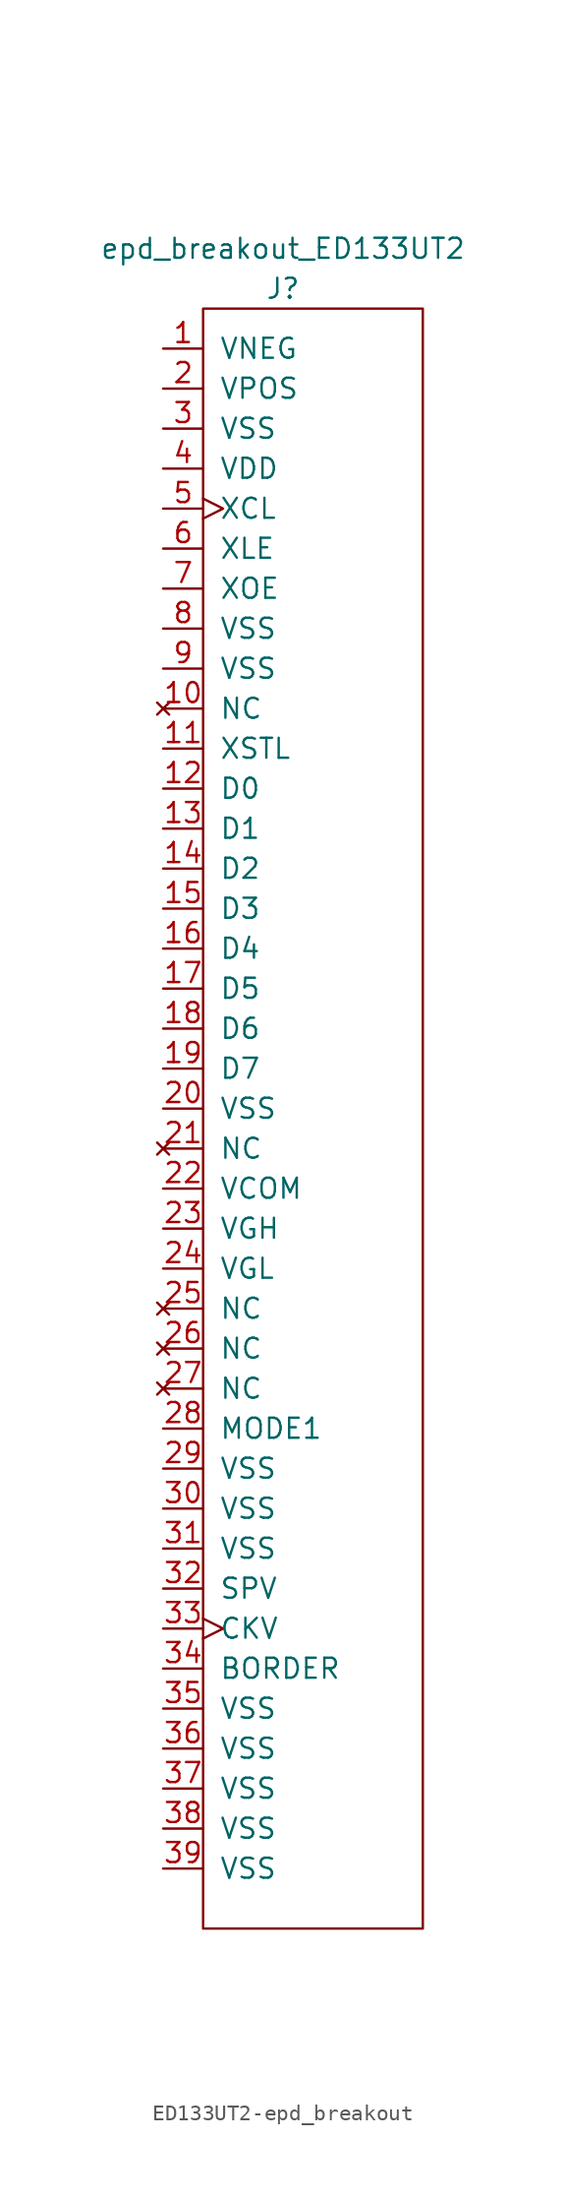
<source format=kicad_sym>
(kicad_symbol_lib
  (version 20220914)
  (generator kicad_symbol_editor)
  (symbol "ED133UT2-epd_breakout"
    (pin_names
      (offset 1.016))
    (property "Reference" "J"
      (at 0 0 0)
      (effects (font (size 1.27 1.27))))
    (property "Value" "epd_breakout_ED133UT2"
      (at 0 2.54 0)
      (effects (font (size 1.27 1.27))))
    (symbol "ED133UT2-epd_breakout_0_1"
      (rectangle (start -5.08 -1.27) (end 8.89 -104.14) (stroke (width 0) (type solid)) (fill (type none))))
    (symbol "ED133UT2-epd_breakout_1_1"
      (pin power_in line (at -7.62 -3.81 0) (length 2.54) (name "VNEG" (effects (font (size 1.27 1.27)))) (number "1" (effects (font (size 1.27 1.27)))))
      (pin no_connect line (at -7.62 -26.67 0) (length 2.54) (name "NC" (effects (font (size 1.27 1.27)))) (number "10" (effects (font (size 1.27 1.27)))))
      (pin input line (at -7.62 -29.21 0) (length 2.54) (name "XSTL" (effects (font (size 1.27 1.27)))) (number "11" (effects (font (size 1.27 1.27)))))
      (pin input line (at -7.62 -31.75 0) (length 2.54) (name "D0" (effects (font (size 1.27 1.27)))) (number "12" (effects (font (size 1.27 1.27)))))
      (pin input line (at -7.62 -34.29 0) (length 2.54) (name "D1" (effects (font (size 1.27 1.27)))) (number "13" (effects (font (size 1.27 1.27)))))
      (pin input line (at -7.62 -36.83 0) (length 2.54) (name "D2" (effects (font (size 1.27 1.27)))) (number "14" (effects (font (size 1.27 1.27)))))
      (pin input line (at -7.62 -39.37 0) (length 2.54) (name "D3" (effects (font (size 1.27 1.27)))) (number "15" (effects (font (size 1.27 1.27)))))
      (pin input line (at -7.62 -41.91 0) (length 2.54) (name "D4" (effects (font (size 1.27 1.27)))) (number "16" (effects (font (size 1.27 1.27)))))
      (pin input line (at -7.62 -44.45 0) (length 2.54) (name "D5" (effects (font (size 1.27 1.27)))) (number "17" (effects (font (size 1.27 1.27)))))
      (pin input line (at -7.62 -46.99 0) (length 2.54) (name "D6" (effects (font (size 1.27 1.27)))) (number "18" (effects (font (size 1.27 1.27)))))
      (pin input line (at -7.62 -49.53 0) (length 2.54) (name "D7" (effects (font (size 1.27 1.27)))) (number "19" (effects (font (size 1.27 1.27)))))
      (pin power_in line (at -7.62 -6.35 0) (length 2.54) (name "VPOS" (effects (font (size 1.27 1.27)))) (number "2" (effects (font (size 1.27 1.27)))))
      (pin input line (at -7.62 -52.07 0) (length 2.54) (name "VSS" (effects (font (size 1.27 1.27)))) (number "20" (effects (font (size 1.27 1.27)))))
      (pin no_connect line (at -7.62 -54.61 0) (length 2.54) (name "NC" (effects (font (size 1.27 1.27)))) (number "21" (effects (font (size 1.27 1.27)))))
      (pin power_in line (at -7.62 -57.15 0) (length 2.54) (name "VCOM" (effects (font (size 1.27 1.27)))) (number "22" (effects (font (size 1.27 1.27)))))
      (pin power_in line (at -7.62 -59.69 0) (length 2.54) (name "VGH" (effects (font (size 1.27 1.27)))) (number "23" (effects (font (size 1.27 1.27)))))
      (pin power_in line (at -7.62 -62.23 0) (length 2.54) (name "VGL" (effects (font (size 1.27 1.27)))) (number "24" (effects (font (size 1.27 1.27)))))
      (pin no_connect line (at -7.62 -64.77 0) (length 2.54) (name "NC" (effects (font (size 1.27 1.27)))) (number "25" (effects (font (size 1.27 1.27)))))
      (pin no_connect line (at -7.62 -67.31 0) (length 2.54) (name "NC" (effects (font (size 1.27 1.27)))) (number "26" (effects (font (size 1.27 1.27)))))
      (pin no_connect line (at -7.62 -69.85 0) (length 2.54) (name "NC" (effects (font (size 1.27 1.27)))) (number "27" (effects (font (size 1.27 1.27)))))
      (pin input line (at -7.62 -72.39 0) (length 2.54) (name "MODE1" (effects (font (size 1.27 1.27)))) (number "28" (effects (font (size 1.27 1.27)))))
      (pin power_in line (at -7.62 -74.93 0) (length 2.54) (name "VSS" (effects (font (size 1.27 1.27)))) (number "29" (effects (font (size 1.27 1.27)))))
      (pin power_in line (at -7.62 -8.89 0) (length 2.54) (name "VSS" (effects (font (size 1.27 1.27)))) (number "3" (effects (font (size 1.27 1.27)))))
      (pin power_in line (at -7.62 -77.47 0) (length 2.54) (name "VSS" (effects (font (size 1.27 1.27)))) (number "30" (effects (font (size 1.27 1.27)))))
      (pin power_in line (at -7.62 -80.01 0) (length 2.54) (name "VSS" (effects (font (size 1.27 1.27)))) (number "31" (effects (font (size 1.27 1.27)))))
      (pin input line (at -7.62 -82.55 0) (length 2.54) (name "SPV" (effects (font (size 1.27 1.27)))) (number "32" (effects (font (size 1.27 1.27)))))
      (pin input clock (at -7.62 -85.09 0) (length 2.54) (name "CKV" (effects (font (size 1.27 1.27)))) (number "33" (effects (font (size 1.27 1.27)))))
      (pin power_in line (at -7.62 -87.63 0) (length 2.54) (name "BORDER" (effects (font (size 1.27 1.27)))) (number "34" (effects (font (size 1.27 1.27)))))
      (pin power_in line (at -7.62 -90.17 0) (length 2.54) (name "VSS" (effects (font (size 1.27 1.27)))) (number "35" (effects (font (size 1.27 1.27)))))
      (pin power_in line (at -7.62 -92.71 0) (length 2.54) (name "VSS" (effects (font (size 1.27 1.27)))) (number "36" (effects (font (size 1.27 1.27)))))
      (pin power_in line (at -7.62 -95.25 0) (length 2.54) (name "VSS" (effects (font (size 1.27 1.27)))) (number "37" (effects (font (size 1.27 1.27)))))
      (pin power_in line (at -7.62 -97.79 0) (length 2.54) (name "VSS" (effects (font (size 1.27 1.27)))) (number "38" (effects (font (size 1.27 1.27)))))
      (pin power_in line (at -7.62 -100.33 0) (length 2.54) (name "VSS" (effects (font (size 1.27 1.27)))) (number "39" (effects (font (size 1.27 1.27)))))
      (pin power_in line (at -7.62 -11.43 0) (length 2.54) (name "VDD" (effects (font (size 1.27 1.27)))) (number "4" (effects (font (size 1.27 1.27)))))
      (pin input clock (at -7.62 -13.97 0) (length 2.54) (name "XCL" (effects (font (size 1.27 1.27)))) (number "5" (effects (font (size 1.27 1.27)))))
      (pin input line (at -7.62 -16.51 0) (length 2.54) (name "XLE" (effects (font (size 1.27 1.27)))) (number "6" (effects (font (size 1.27 1.27)))))
      (pin input line (at -7.62 -19.05 0) (length 2.54) (name "XOE" (effects (font (size 1.27 1.27)))) (number "7" (effects (font (size 1.27 1.27)))))
      (pin power_in line (at -7.62 -21.59 0) (length 2.54) (name "VSS" (effects (font (size 1.27 1.27)))) (number "8" (effects (font (size 1.27 1.27)))))
      (pin power_in line (at -7.62 -24.13 0) (length 2.54) (name "VSS" (effects (font (size 1.27 1.27)))) (number "9" (effects (font (size 1.27 1.27))))))))
</source>
